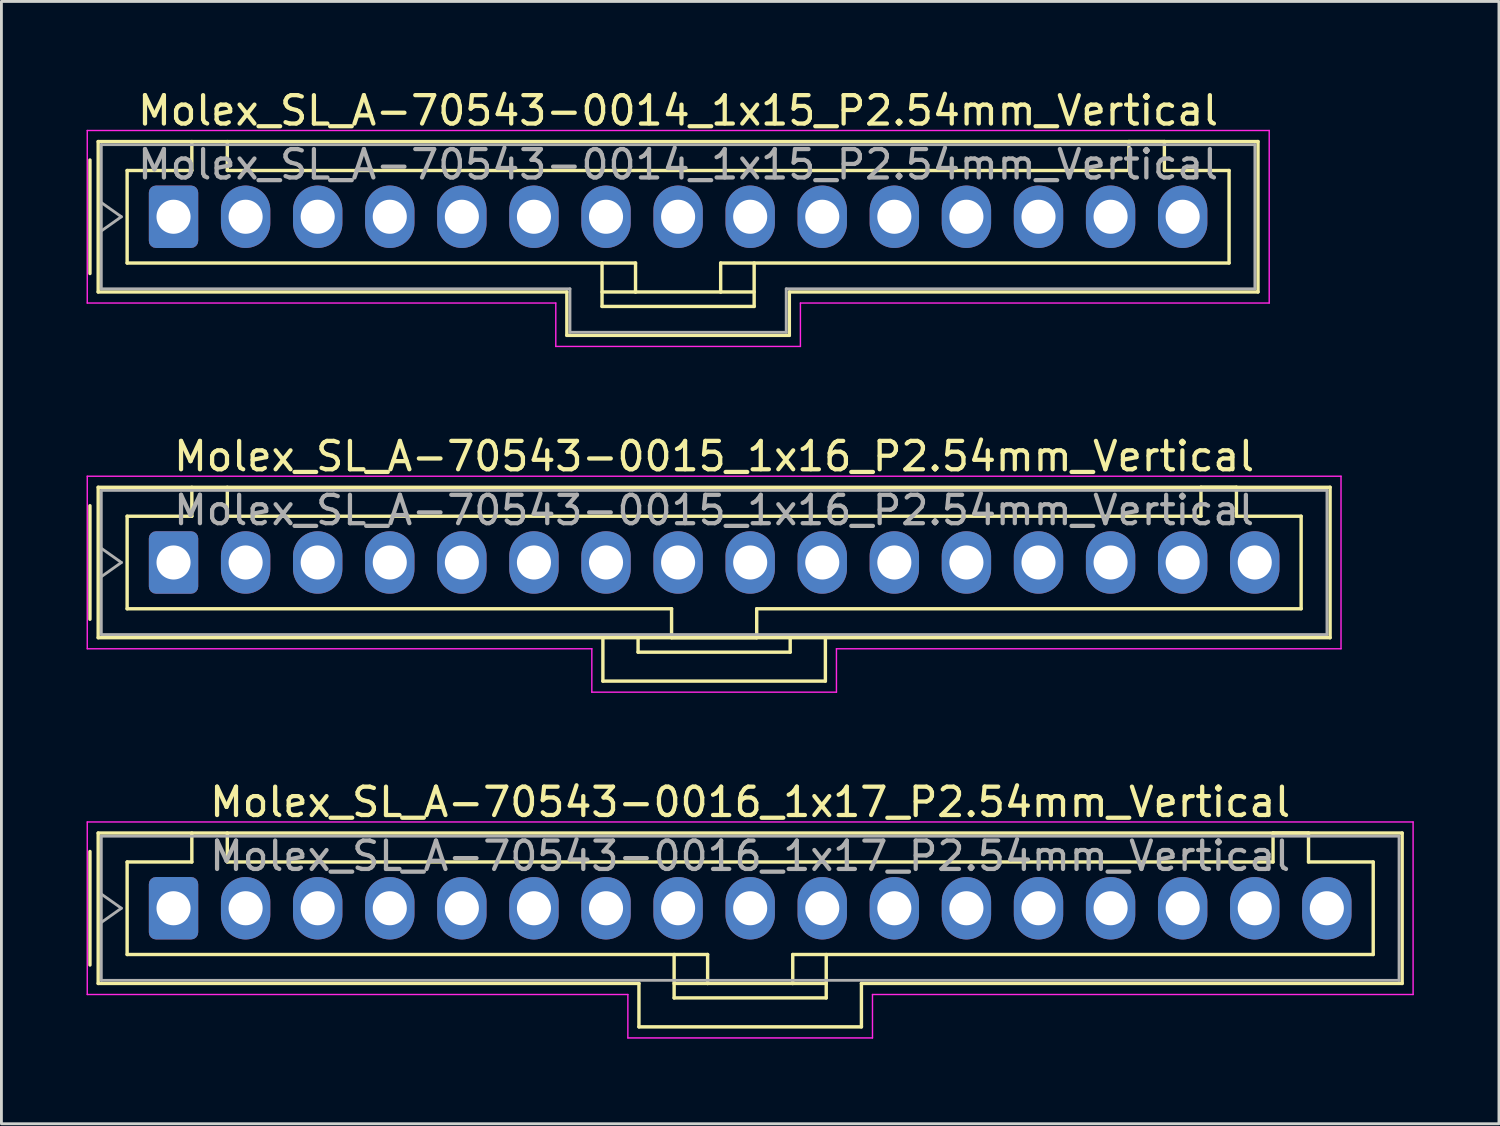
<source format=kicad_pcb>
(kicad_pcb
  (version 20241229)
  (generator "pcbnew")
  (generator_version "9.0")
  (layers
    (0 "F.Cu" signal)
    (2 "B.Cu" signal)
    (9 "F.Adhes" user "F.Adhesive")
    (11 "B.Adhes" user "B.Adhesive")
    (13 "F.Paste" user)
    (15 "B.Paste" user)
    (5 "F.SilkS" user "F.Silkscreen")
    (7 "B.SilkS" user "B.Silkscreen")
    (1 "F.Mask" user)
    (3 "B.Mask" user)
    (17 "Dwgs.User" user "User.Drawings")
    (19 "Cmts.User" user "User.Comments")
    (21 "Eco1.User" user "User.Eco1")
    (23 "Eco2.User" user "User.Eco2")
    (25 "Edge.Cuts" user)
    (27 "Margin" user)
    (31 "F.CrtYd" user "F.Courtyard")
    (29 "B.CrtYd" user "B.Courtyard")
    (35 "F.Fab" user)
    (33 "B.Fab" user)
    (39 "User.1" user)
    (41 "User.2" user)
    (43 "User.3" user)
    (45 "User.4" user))
  (footprint "Molex_SL_A-70543-0014_1x15_P2.54mm_Vertical"
    (layer "F.Cu")
    (at 3.065 4.588)
    (property "Reference" "Molex_SL_A-70543-0014_1x15_P2.54mm_Vertical" (at 17.78 -3.74 0) (layer "F.SilkS") (effects (font (size 1 1) (thickness 0.15))))
    (attr through_hole)
    (fp_line (start -2.945 -2) (end -2.945 2) (stroke (width 0.12) (type solid)) (layer "F.SilkS"))
    (fp_line (start -2.655 -2.65) (end 38.215 -2.65) (stroke (width 0.12) (type solid)) (layer "F.SilkS"))
    (fp_line (start -2.655 2.65) (end -2.655 -2.65) (stroke (width 0.12) (type solid)) (layer "F.SilkS"))
    (fp_line (start -2.655 2.65) (end 13.86 2.65) (stroke (width 0.12) (type solid)) (layer "F.SilkS"))
    (fp_line (start -1.635 -1.63) (end -1.635 1.63) (stroke (width 0.12) (type solid)) (layer "F.SilkS"))
    (fp_line (start -1.635 1.63) (end 16.28 1.63) (stroke (width 0.12) (type solid)) (layer "F.SilkS"))
    (fp_line (start 0.645 -2.65) (end 0.645 -1.63) (stroke (width 0.12) (type solid)) (layer "F.SilkS"))
    (fp_line (start 0.645 -1.63) (end -1.635 -1.63) (stroke (width 0.12) (type solid)) (layer "F.SilkS"))
    (fp_line (start 1.895 -1.63) (end 1.895 -2.65) (stroke (width 0.12) (type solid)) (layer "F.SilkS"))
    (fp_line (start 13.86 2.65) (end 13.86 4.18) (stroke (width 0.12) (type solid)) (layer "F.SilkS"))
    (fp_line (start 13.86 4.18) (end 21.7 4.18) (stroke (width 0.12) (type solid)) (layer "F.SilkS"))
    (fp_line (start 15.1 1.63) (end 15.1 3.16) (stroke (width 0.12) (type solid)) (layer "F.SilkS"))
    (fp_line (start 15.1 2.65) (end 16.28 2.65) (stroke (width 0.12) (type solid)) (layer "F.SilkS"))
    (fp_line (start 15.1 3.16) (end 20.46 3.16) (stroke (width 0.12) (type solid)) (layer "F.SilkS"))
    (fp_line (start 16.28 1.63) (end 16.28 2.65) (stroke (width 0.12) (type solid)) (layer "F.SilkS"))
    (fp_line (start 16.28 2.65) (end 19.28 2.65) (stroke (width 0.12) (type solid)) (layer "F.SilkS"))
    (fp_line (start 19.28 1.63) (end 37.195 1.63) (stroke (width 0.12) (type solid)) (layer "F.SilkS"))
    (fp_line (start 19.28 2.65) (end 19.28 1.63) (stroke (width 0.12) (type solid)) (layer "F.SilkS"))
    (fp_line (start 20.46 2.65) (end 19.28 2.65) (stroke (width 0.12) (type solid)) (layer "F.SilkS"))
    (fp_line (start 20.46 3.16) (end 20.46 1.63) (stroke (width 0.12) (type solid)) (layer "F.SilkS"))
    (fp_line (start 21.7 4.18) (end 21.7 2.65) (stroke (width 0.12) (type solid)) (layer "F.SilkS"))
    (fp_line (start 33.665 -2.65) (end 33.665 -1.63) (stroke (width 0.12) (type solid)) (layer "F.SilkS"))
    (fp_line (start 33.665 -1.63) (end 1.895 -1.63) (stroke (width 0.12) (type solid)) (layer "F.SilkS"))
    (fp_line (start 34.915 -2.65) (end 33.665 -2.65) (stroke (width 0.12) (type solid)) (layer "F.SilkS"))
    (fp_line (start 34.915 -1.63) (end 34.915 -2.65) (stroke (width 0.12) (type solid)) (layer "F.SilkS"))
    (fp_line (start 37.195 -1.63) (end 34.915 -1.63) (stroke (width 0.12) (type solid)) (layer "F.SilkS"))
    (fp_line (start 37.195 1.63) (end 37.195 -1.63) (stroke (width 0.12) (type solid)) (layer "F.SilkS"))
    (fp_line (start 38.215 -2.65) (end 38.215 2.65) (stroke (width 0.12) (type solid)) (layer "F.SilkS"))
    (fp_line (start 38.215 2.65) (end 21.7 2.65) (stroke (width 0.12) (type solid)) (layer "F.SilkS"))
    (fp_line (start -3.04 -3.04) (end -3.04 3.04) (stroke (width 0.05) (type solid)) (layer "F.CrtYd"))
    (fp_line (start -3.04 3.04) (end 13.47 3.04) (stroke (width 0.05) (type solid)) (layer "F.CrtYd"))
    (fp_line (start 13.47 3.04) (end 13.47 4.57) (stroke (width 0.05) (type solid)) (layer "F.CrtYd"))
    (fp_line (start 13.47 4.57) (end 22.09 4.57) (stroke (width 0.05) (type solid)) (layer "F.CrtYd"))
    (fp_line (start 22.09 3.04) (end 38.61 3.04) (stroke (width 0.05) (type solid)) (layer "F.CrtYd"))
    (fp_line (start 22.09 4.57) (end 22.09 3.04) (stroke (width 0.05) (type solid)) (layer "F.CrtYd"))
    (fp_line (start 38.61 -3.04) (end -3.04 -3.04) (stroke (width 0.05) (type solid)) (layer "F.CrtYd"))
    (fp_line (start 38.61 3.04) (end 38.61 -3.04) (stroke (width 0.05) (type solid)) (layer "F.CrtYd"))
    (fp_line (start -2.545 -2.54) (end -2.545 2.54) (stroke (width 0.1) (type solid)) (layer "F.Fab"))
    (fp_line (start -2.545 -0.5) (end -1.838 0) (stroke (width 0.1) (type solid)) (layer "F.Fab"))
    (fp_line (start -2.545 2.54) (end 13.97 2.54) (stroke (width 0.1) (type solid)) (layer "F.Fab"))
    (fp_line (start -1.838 0) (end -2.545 0.5) (stroke (width 0.1) (type solid)) (layer "F.Fab"))
    (fp_line (start 13.97 2.54) (end 13.97 4.07) (stroke (width 0.1) (type solid)) (layer "F.Fab"))
    (fp_line (start 13.97 4.07) (end 21.59 4.07) (stroke (width 0.1) (type solid)) (layer "F.Fab"))
    (fp_line (start 21.59 2.54) (end 38.105 2.54) (stroke (width 0.1) (type solid)) (layer "F.Fab"))
    (fp_line (start 21.59 4.07) (end 21.59 2.54) (stroke (width 0.1) (type solid)) (layer "F.Fab"))
    (fp_line (start 38.105 -2.54) (end -2.545 -2.54) (stroke (width 0.1) (type solid)) (layer "F.Fab"))
    (fp_line (start 38.105 2.54) (end 38.105 -2.54) (stroke (width 0.1) (type solid)) (layer "F.Fab"))
    (fp_text user "${REFERENCE}" (at 17.78 -1.84 0) (layer "F.Fab") (effects (font (size 1 1) (thickness 0.15))))
    (pad "1" thru_hole roundrect (at 0 0) (size 1.74 2.2) (drill 1.2) (layers "*.Cu" "*.Mask") (roundrect_rratio 0.144))
    (pad "2" thru_hole oval (at 2.54 0) (size 1.74 2.2) (drill 1.2) (layers "*.Cu" "*.Mask"))
    (pad "3" thru_hole oval (at 5.08 0) (size 1.74 2.2) (drill 1.2) (layers "*.Cu" "*.Mask"))
    (pad "4" thru_hole oval (at 7.62 0) (size 1.74 2.2) (drill 1.2) (layers "*.Cu" "*.Mask"))
    (pad "5" thru_hole oval (at 10.16 0) (size 1.74 2.2) (drill 1.2) (layers "*.Cu" "*.Mask"))
    (pad "6" thru_hole oval (at 12.7 0) (size 1.74 2.2) (drill 1.2) (layers "*.Cu" "*.Mask"))
    (pad "7" thru_hole oval (at 15.24 0) (size 1.74 2.2) (drill 1.2) (layers "*.Cu" "*.Mask"))
    (pad "8" thru_hole oval (at 17.78 0) (size 1.74 2.2) (drill 1.2) (layers "*.Cu" "*.Mask"))
    (pad "9" thru_hole oval (at 20.32 0) (size 1.74 2.2) (drill 1.2) (layers "*.Cu" "*.Mask"))
    (pad "10" thru_hole oval (at 22.86 0) (size 1.74 2.2) (drill 1.2) (layers "*.Cu" "*.Mask"))
    (pad "11" thru_hole oval (at 25.4 0) (size 1.74 2.2) (drill 1.2) (layers "*.Cu" "*.Mask"))
    (pad "12" thru_hole oval (at 27.94 0) (size 1.74 2.2) (drill 1.2) (layers "*.Cu" "*.Mask"))
    (pad "13" thru_hole oval (at 30.48 0) (size 1.74 2.2) (drill 1.2) (layers "*.Cu" "*.Mask"))
    (pad "14" thru_hole oval (at 33.02 0) (size 1.74 2.2) (drill 1.2) (layers "*.Cu" "*.Mask"))
    (pad "15" thru_hole oval (at 35.56 0) (size 1.74 2.2) (drill 1.2) (layers "*.Cu" "*.Mask")))
  (footprint "Molex_SL_A-70543-0016_1x17_P2.54mm_Vertical"
    (layer "F.Cu")
    (at 3.065 28.955)
    (property "Reference" "Molex_SL_A-70543-0016_1x17_P2.54mm_Vertical" (at 20.32 -3.74 0) (layer "F.SilkS") (effects (font (size 1 1) (thickness 0.15))))
    (attr through_hole)
    (fp_line (start -2.945 -2) (end -2.945 2) (stroke (width 0.12) (type solid)) (layer "F.SilkS"))
    (fp_line (start -2.655 -2.65) (end 43.295 -2.65) (stroke (width 0.12) (type solid)) (layer "F.SilkS"))
    (fp_line (start -2.655 2.65) (end -2.655 -2.65) (stroke (width 0.12) (type solid)) (layer "F.SilkS"))
    (fp_line (start -2.655 2.65) (end 16.4 2.65) (stroke (width 0.12) (type solid)) (layer "F.SilkS"))
    (fp_line (start -1.635 -1.63) (end -1.635 1.63) (stroke (width 0.12) (type solid)) (layer "F.SilkS"))
    (fp_line (start -1.635 1.63) (end 18.82 1.63) (stroke (width 0.12) (type solid)) (layer "F.SilkS"))
    (fp_line (start 0.645 -2.65) (end 0.645 -1.63) (stroke (width 0.12) (type solid)) (layer "F.SilkS"))
    (fp_line (start 0.645 -1.63) (end -1.635 -1.63) (stroke (width 0.12) (type solid)) (layer "F.SilkS"))
    (fp_line (start 1.895 -1.63) (end 1.895 -2.65) (stroke (width 0.12) (type solid)) (layer "F.SilkS"))
    (fp_line (start 16.4 2.65) (end 16.4 4.18) (stroke (width 0.12) (type solid)) (layer "F.SilkS"))
    (fp_line (start 16.4 4.18) (end 24.24 4.18) (stroke (width 0.12) (type solid)) (layer "F.SilkS"))
    (fp_line (start 17.64 1.63) (end 17.64 3.16) (stroke (width 0.12) (type solid)) (layer "F.SilkS"))
    (fp_line (start 17.64 2.65) (end 18.82 2.65) (stroke (width 0.12) (type solid)) (layer "F.SilkS"))
    (fp_line (start 17.64 3.16) (end 23 3.16) (stroke (width 0.12) (type solid)) (layer "F.SilkS"))
    (fp_line (start 18.82 1.63) (end 18.82 2.65) (stroke (width 0.12) (type solid)) (layer "F.SilkS"))
    (fp_line (start 18.82 2.65) (end 21.82 2.65) (stroke (width 0.12) (type solid)) (layer "F.SilkS"))
    (fp_line (start 21.82 1.63) (end 42.275 1.63) (stroke (width 0.12) (type solid)) (layer "F.SilkS"))
    (fp_line (start 21.82 2.65) (end 21.82 1.63) (stroke (width 0.12) (type solid)) (layer "F.SilkS"))
    (fp_line (start 23 2.65) (end 21.82 2.65) (stroke (width 0.12) (type solid)) (layer "F.SilkS"))
    (fp_line (start 23 3.16) (end 23 1.63) (stroke (width 0.12) (type solid)) (layer "F.SilkS"))
    (fp_line (start 24.24 4.18) (end 24.24 2.65) (stroke (width 0.12) (type solid)) (layer "F.SilkS"))
    (fp_line (start 38.745 -2.65) (end 38.745 -1.63) (stroke (width 0.12) (type solid)) (layer "F.SilkS"))
    (fp_line (start 38.745 -1.63) (end 1.895 -1.63) (stroke (width 0.12) (type solid)) (layer "F.SilkS"))
    (fp_line (start 39.995 -2.65) (end 38.745 -2.65) (stroke (width 0.12) (type solid)) (layer "F.SilkS"))
    (fp_line (start 39.995 -1.63) (end 39.995 -2.65) (stroke (width 0.12) (type solid)) (layer "F.SilkS"))
    (fp_line (start 42.275 -1.63) (end 39.995 -1.63) (stroke (width 0.12) (type solid)) (layer "F.SilkS"))
    (fp_line (start 42.275 1.63) (end 42.275 -1.63) (stroke (width 0.12) (type solid)) (layer "F.SilkS"))
    (fp_line (start 43.295 -2.65) (end 43.295 2.65) (stroke (width 0.12) (type solid)) (layer "F.SilkS"))
    (fp_line (start 43.295 2.65) (end 24.24 2.65) (stroke (width 0.12) (type solid)) (layer "F.SilkS"))
    (fp_line (start -3.04 -3.04) (end -3.04 3.04) (stroke (width 0.05) (type solid)) (layer "F.CrtYd"))
    (fp_line (start -3.04 3.04) (end 16.01 3.04) (stroke (width 0.05) (type solid)) (layer "F.CrtYd"))
    (fp_line (start 16.01 3.04) (end 16.01 4.57) (stroke (width 0.05) (type solid)) (layer "F.CrtYd"))
    (fp_line (start 16.01 4.57) (end 24.63 4.57) (stroke (width 0.05) (type solid)) (layer "F.CrtYd"))
    (fp_line (start 24.63 3.04) (end 43.68 3.04) (stroke (width 0.05) (type solid)) (layer "F.CrtYd"))
    (fp_line (start 24.63 4.57) (end 24.63 3.04) (stroke (width 0.05) (type solid)) (layer "F.CrtYd"))
    (fp_line (start 43.68 -3.04) (end -3.04 -3.04) (stroke (width 0.05) (type solid)) (layer "F.CrtYd"))
    (fp_line (start 43.68 3.04) (end 43.68 -3.04) (stroke (width 0.05) (type solid)) (layer "F.CrtYd"))
    (fp_line (start -2.545 -2.54) (end -2.545 2.54) (stroke (width 0.1) (type solid)) (layer "F.Fab"))
    (fp_line (start -2.545 -0.5) (end -1.838 0) (stroke (width 0.1) (type solid)) (layer "F.Fab"))
    (fp_line (start -2.545 2.54) (end 43.185 2.54) (stroke (width 0.1) (type solid)) (layer "F.Fab"))
    (fp_line (start -1.838 0) (end -2.545 0.5) (stroke (width 0.1) (type solid)) (layer "F.Fab"))
    (fp_line (start 43.185 -2.54) (end -2.545 -2.54) (stroke (width 0.1) (type solid)) (layer "F.Fab"))
    (fp_line (start 43.185 2.54) (end 43.185 -2.54) (stroke (width 0.1) (type solid)) (layer "F.Fab"))
    (fp_text user "${REFERENCE}" (at 20.32 -1.84 0) (layer "F.Fab") (effects (font (size 1 1) (thickness 0.15))))
    (pad "1" thru_hole roundrect (at 0 0) (size 1.74 2.2) (drill 1.2) (layers "*.Cu" "*.Mask") (roundrect_rratio 0.144))
    (pad "2" thru_hole oval (at 2.54 0) (size 1.74 2.2) (drill 1.2) (layers "*.Cu" "*.Mask"))
    (pad "3" thru_hole oval (at 5.08 0) (size 1.74 2.2) (drill 1.2) (layers "*.Cu" "*.Mask"))
    (pad "4" thru_hole oval (at 7.62 0) (size 1.74 2.2) (drill 1.2) (layers "*.Cu" "*.Mask"))
    (pad "5" thru_hole oval (at 10.16 0) (size 1.74 2.2) (drill 1.2) (layers "*.Cu" "*.Mask"))
    (pad "6" thru_hole oval (at 12.7 0) (size 1.74 2.2) (drill 1.2) (layers "*.Cu" "*.Mask"))
    (pad "7" thru_hole oval (at 15.24 0) (size 1.74 2.2) (drill 1.2) (layers "*.Cu" "*.Mask"))
    (pad "8" thru_hole oval (at 17.78 0) (size 1.74 2.2) (drill 1.2) (layers "*.Cu" "*.Mask"))
    (pad "9" thru_hole oval (at 20.32 0) (size 1.74 2.2) (drill 1.2) (layers "*.Cu" "*.Mask"))
    (pad "10" thru_hole oval (at 22.86 0) (size 1.74 2.2) (drill 1.2) (layers "*.Cu" "*.Mask"))
    (pad "11" thru_hole oval (at 25.4 0) (size 1.74 2.2) (drill 1.2) (layers "*.Cu" "*.Mask"))
    (pad "12" thru_hole oval (at 27.94 0) (size 1.74 2.2) (drill 1.2) (layers "*.Cu" "*.Mask"))
    (pad "13" thru_hole oval (at 30.48 0) (size 1.74 2.2) (drill 1.2) (layers "*.Cu" "*.Mask"))
    (pad "14" thru_hole oval (at 33.02 0) (size 1.74 2.2) (drill 1.2) (layers "*.Cu" "*.Mask"))
    (pad "15" thru_hole oval (at 35.56 0) (size 1.74 2.2) (drill 1.2) (layers "*.Cu" "*.Mask"))
    (pad "16" thru_hole oval (at 38.1 0) (size 1.74 2.2) (drill 1.2) (layers "*.Cu" "*.Mask"))
    (pad "17" thru_hole oval (at 40.64 0) (size 1.74 2.2) (drill 1.2) (layers "*.Cu" "*.Mask")))
  (footprint "Molex_SL_A-70543-0015_1x16_P2.54mm_Vertical"
    (layer "F.Cu")
    (at 3.065 16.771)
    (property "Reference" "Molex_SL_A-70543-0015_1x16_P2.54mm_Vertical" (at 19.05 -3.74 0) (layer "F.SilkS") (effects (font (size 1 1) (thickness 0.15))))
    (attr through_hole)
    (fp_line (start -2.945 -2) (end -2.945 2) (stroke (width 0.12) (type solid)) (layer "F.SilkS"))
    (fp_line (start -2.655 -2.65) (end -2.655 2.65) (stroke (width 0.12) (type solid)) (layer "F.SilkS"))
    (fp_line (start -2.655 2.65) (end 40.755 2.65) (stroke (width 0.12) (type solid)) (layer "F.SilkS"))
    (fp_line (start -1.635 -1.63) (end -1.635 1.63) (stroke (width 0.12) (type solid)) (layer "F.SilkS"))
    (fp_line (start -1.635 1.63) (end 17.55 1.63) (stroke (width 0.12) (type solid)) (layer "F.SilkS"))
    (fp_line (start 0.645 -2.65) (end 0.645 -1.63) (stroke (width 0.12) (type solid)) (layer "F.SilkS"))
    (fp_line (start 0.645 -1.63) (end -1.635 -1.63) (stroke (width 0.12) (type solid)) (layer "F.SilkS"))
    (fp_line (start 1.895 -1.63) (end 1.895 -2.65) (stroke (width 0.12) (type solid)) (layer "F.SilkS"))
    (fp_line (start 15.13 2.65) (end 15.13 4.18) (stroke (width 0.12) (type solid)) (layer "F.SilkS"))
    (fp_line (start 15.13 4.18) (end 22.97 4.18) (stroke (width 0.12) (type solid)) (layer "F.SilkS"))
    (fp_line (start 16.37 2.65) (end 16.37 3.16) (stroke (width 0.12) (type solid)) (layer "F.SilkS"))
    (fp_line (start 16.37 3.16) (end 21.73 3.16) (stroke (width 0.12) (type solid)) (layer "F.SilkS"))
    (fp_line (start 17.55 1.63) (end 17.55 2.65) (stroke (width 0.12) (type solid)) (layer "F.SilkS"))
    (fp_line (start 17.55 2.65) (end 20.55 2.65) (stroke (width 0.12) (type solid)) (layer "F.SilkS"))
    (fp_line (start 20.55 1.63) (end 39.735 1.63) (stroke (width 0.12) (type solid)) (layer "F.SilkS"))
    (fp_line (start 20.55 2.65) (end 20.55 1.63) (stroke (width 0.12) (type solid)) (layer "F.SilkS"))
    (fp_line (start 21.73 3.16) (end 21.73 2.65) (stroke (width 0.12) (type solid)) (layer "F.SilkS"))
    (fp_line (start 22.97 4.18) (end 22.97 2.65) (stroke (width 0.12) (type solid)) (layer "F.SilkS"))
    (fp_line (start 36.205 -2.65) (end 36.205 -1.63) (stroke (width 0.12) (type solid)) (layer "F.SilkS"))
    (fp_line (start 36.205 -1.63) (end 1.895 -1.63) (stroke (width 0.12) (type solid)) (layer "F.SilkS"))
    (fp_line (start 37.455 -2.65) (end 36.205 -2.65) (stroke (width 0.12) (type solid)) (layer "F.SilkS"))
    (fp_line (start 37.455 -1.63) (end 37.455 -2.65) (stroke (width 0.12) (type solid)) (layer "F.SilkS"))
    (fp_line (start 39.735 -1.63) (end 37.455 -1.63) (stroke (width 0.12) (type solid)) (layer "F.SilkS"))
    (fp_line (start 39.735 1.63) (end 39.735 -1.63) (stroke (width 0.12) (type solid)) (layer "F.SilkS"))
    (fp_line (start 40.755 -2.65) (end -2.655 -2.65) (stroke (width 0.12) (type solid)) (layer "F.SilkS"))
    (fp_line (start 40.755 2.65) (end 40.755 -2.65) (stroke (width 0.12) (type solid)) (layer "F.SilkS"))
    (fp_line (start -3.04 -3.04) (end -3.04 3.04) (stroke (width 0.05) (type solid)) (layer "F.CrtYd"))
    (fp_line (start -3.04 3.04) (end 14.74 3.04) (stroke (width 0.05) (type solid)) (layer "F.CrtYd"))
    (fp_line (start 14.74 3.04) (end 14.74 4.57) (stroke (width 0.05) (type solid)) (layer "F.CrtYd"))
    (fp_line (start 14.74 4.57) (end 23.36 4.57) (stroke (width 0.05) (type solid)) (layer "F.CrtYd"))
    (fp_line (start 23.36 3.04) (end 41.14 3.04) (stroke (width 0.05) (type solid)) (layer "F.CrtYd"))
    (fp_line (start 23.36 4.57) (end 23.36 3.04) (stroke (width 0.05) (type solid)) (layer "F.CrtYd"))
    (fp_line (start 41.14 -3.04) (end -3.04 -3.04) (stroke (width 0.05) (type solid)) (layer "F.CrtYd"))
    (fp_line (start 41.14 3.04) (end 41.14 -3.04) (stroke (width 0.05) (type solid)) (layer "F.CrtYd"))
    (fp_line (start -2.545 -2.54) (end -2.545 2.54) (stroke (width 0.1) (type solid)) (layer "F.Fab"))
    (fp_line (start -2.545 -0.5) (end -1.838 0) (stroke (width 0.1) (type solid)) (layer "F.Fab"))
    (fp_line (start -2.545 2.54) (end 40.645 2.54) (stroke (width 0.1) (type solid)) (layer "F.Fab"))
    (fp_line (start -1.838 0) (end -2.545 0.5) (stroke (width 0.1) (type solid)) (layer "F.Fab"))
    (fp_line (start 40.645 -2.54) (end -2.545 -2.54) (stroke (width 0.1) (type solid)) (layer "F.Fab"))
    (fp_line (start 40.645 2.54) (end 40.645 -2.54) (stroke (width 0.1) (type solid)) (layer "F.Fab"))
    (fp_text user "${REFERENCE}" (at 19.05 -1.84 0) (layer "F.Fab") (effects (font (size 1 1) (thickness 0.15))))
    (pad "1" thru_hole roundrect (at 0 0) (size 1.74 2.2) (drill 1.2) (layers "*.Cu" "*.Mask") (roundrect_rratio 0.144))
    (pad "2" thru_hole oval (at 2.54 0) (size 1.74 2.2) (drill 1.2) (layers "*.Cu" "*.Mask"))
    (pad "3" thru_hole oval (at 5.08 0) (size 1.74 2.2) (drill 1.2) (layers "*.Cu" "*.Mask"))
    (pad "4" thru_hole oval (at 7.62 0) (size 1.74 2.2) (drill 1.2) (layers "*.Cu" "*.Mask"))
    (pad "5" thru_hole oval (at 10.16 0) (size 1.74 2.2) (drill 1.2) (layers "*.Cu" "*.Mask"))
    (pad "6" thru_hole oval (at 12.7 0) (size 1.74 2.2) (drill 1.2) (layers "*.Cu" "*.Mask"))
    (pad "7" thru_hole oval (at 15.24 0) (size 1.74 2.2) (drill 1.2) (layers "*.Cu" "*.Mask"))
    (pad "8" thru_hole oval (at 17.78 0) (size 1.74 2.2) (drill 1.2) (layers "*.Cu" "*.Mask"))
    (pad "9" thru_hole oval (at 20.32 0) (size 1.74 2.2) (drill 1.2) (layers "*.Cu" "*.Mask"))
    (pad "10" thru_hole oval (at 22.86 0) (size 1.74 2.2) (drill 1.2) (layers "*.Cu" "*.Mask"))
    (pad "11" thru_hole oval (at 25.4 0) (size 1.74 2.2) (drill 1.2) (layers "*.Cu" "*.Mask"))
    (pad "12" thru_hole oval (at 27.94 0) (size 1.74 2.2) (drill 1.2) (layers "*.Cu" "*.Mask"))
    (pad "13" thru_hole oval (at 30.48 0) (size 1.74 2.2) (drill 1.2) (layers "*.Cu" "*.Mask"))
    (pad "14" thru_hole oval (at 33.02 0) (size 1.74 2.2) (drill 1.2) (layers "*.Cu" "*.Mask"))
    (pad "15" thru_hole oval (at 35.56 0) (size 1.74 2.2) (drill 1.2) (layers "*.Cu" "*.Mask"))
    (pad "16" thru_hole oval (at 38.1 0) (size 1.74 2.2) (drill 1.2) (layers "*.Cu" "*.Mask")))
  (gr_rect
    (start -3 -3)
    (end 49.77 36.55)
    (stroke (width 0.1) (type default))
    (fill no)
    (layer "Edge.Cuts")))
</source>
